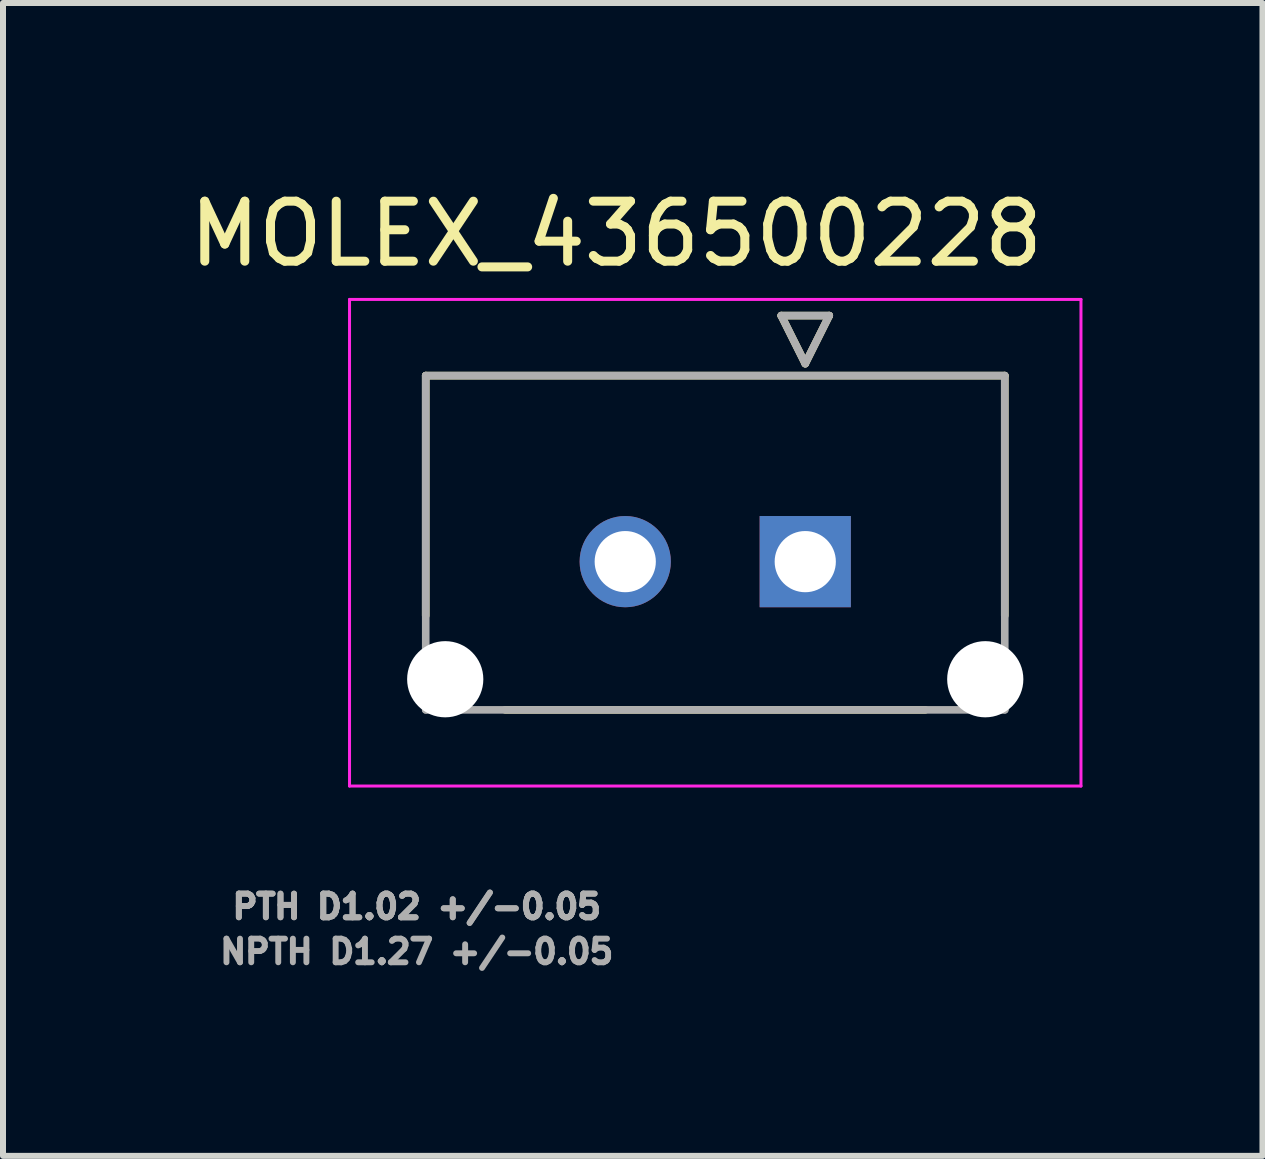
<source format=kicad_pcb>
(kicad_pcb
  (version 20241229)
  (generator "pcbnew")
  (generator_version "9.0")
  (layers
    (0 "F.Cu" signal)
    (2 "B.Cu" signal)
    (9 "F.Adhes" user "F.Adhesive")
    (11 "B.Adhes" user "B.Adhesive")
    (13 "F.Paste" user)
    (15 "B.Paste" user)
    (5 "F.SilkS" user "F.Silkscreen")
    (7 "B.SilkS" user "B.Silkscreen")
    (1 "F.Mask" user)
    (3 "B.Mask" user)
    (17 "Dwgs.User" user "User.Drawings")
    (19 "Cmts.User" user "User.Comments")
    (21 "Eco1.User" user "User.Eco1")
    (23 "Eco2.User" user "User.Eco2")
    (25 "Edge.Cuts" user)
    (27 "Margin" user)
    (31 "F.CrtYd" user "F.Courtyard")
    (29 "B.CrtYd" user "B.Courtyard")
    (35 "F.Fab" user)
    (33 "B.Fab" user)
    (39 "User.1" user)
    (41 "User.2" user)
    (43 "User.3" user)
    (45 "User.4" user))
  (footprint "MOLEX_436500228"
    (layer "F.Cu")
    (at 10.37 6.31)
    (property "Reference" "MOLEX_436500228" (at -3.15 -5.462 0) (layer "F.SilkS") (effects (font (size 1 1) (thickness 0.15))))
    (attr through_hole)
    (fp_circle (center -6 1.96) (end -5.644 1.96) (stroke (width 0.711) (type solid)) (fill no) (layer "F.Mask"))
    (fp_circle (center -3 0) (end -2.582 0) (stroke (width 0.836) (type solid)) (fill no) (layer "F.Mask"))
    (fp_circle (center 3 1.96) (end 3.356 1.96) (stroke (width 0.711) (type solid)) (fill no) (layer "F.Mask"))
    (fp_poly (pts (xy -0.836 -0.836) (xy 0.836 -0.836) (xy 0.836 0.836) (xy -0.836 0.836)) (stroke (width 0.01) (type solid)) (fill yes) (layer "F.Mask"))
    (fp_circle (center -6 1.96) (end -5.644 1.96) (stroke (width 0.711) (type solid)) (fill no) (layer "B.Mask"))
    (fp_circle (center -3 0) (end -2.582 0) (stroke (width 0.836) (type solid)) (fill no) (layer "B.Mask"))
    (fp_circle (center 3 1.96) (end 3.356 1.96) (stroke (width 0.711) (type solid)) (fill no) (layer "B.Mask"))
    (fp_poly (pts (xy -0.836 -0.836) (xy 0.836 -0.836) (xy 0.836 0.836) (xy -0.836 0.836)) (stroke (width 0.01) (type solid)) (fill yes) (layer "B.Mask"))
    (fp_line (start -6.325 -3.1) (end -6.325 0.9) (stroke (width 0.127) (type solid)) (layer "F.SilkS"))
    (fp_line (start -6.325 -3.1) (end 3.325 -3.1) (stroke (width 0.127) (type solid)) (layer "F.SilkS"))
    (fp_line (start -0.4 -4.1) (end 0.4 -4.1) (stroke (width 0.127) (type solid)) (layer "F.SilkS"))
    (fp_line (start 0 -3.3) (end -0.4 -4.1) (stroke (width 0.127) (type solid)) (layer "F.SilkS"))
    (fp_line (start 0.4 -4.1) (end 0 -3.3) (stroke (width 0.127) (type solid)) (layer "F.SilkS"))
    (fp_line (start 2 2.47) (end -5 2.47) (stroke (width 0.127) (type solid)) (layer "F.SilkS"))
    (fp_line (start 3.325 -3.1) (end 3.325 0.9) (stroke (width 0.127) (type solid)) (layer "F.SilkS"))
    (fp_line (start -7.595 -4.37) (end 4.595 -4.37) (stroke (width 0.05) (type solid)) (layer "F.CrtYd"))
    (fp_line (start -7.595 3.74) (end -7.595 -4.37) (stroke (width 0.05) (type solid)) (layer "F.CrtYd"))
    (fp_line (start 4.595 3.74) (end -7.595 3.74) (stroke (width 0.05) (type solid)) (layer "F.CrtYd"))
    (fp_line (start 4.595 3.74) (end 4.595 -4.37) (stroke (width 0.05) (type solid)) (layer "F.CrtYd"))
    (fp_line (start -6.325 -3.1) (end 3.325 -3.1) (stroke (width 0.127) (type solid)) (layer "F.Fab"))
    (fp_line (start -6.325 2.47) (end -6.325 -3.1) (stroke (width 0.127) (type solid)) (layer "F.Fab"))
    (fp_line (start -0.4 -4.1) (end 0.4 -4.1) (stroke (width 0.127) (type solid)) (layer "F.Fab"))
    (fp_line (start 0 -3.3) (end -0.4 -4.1) (stroke (width 0.127) (type solid)) (layer "F.Fab"))
    (fp_line (start 0.4 -4.1) (end 0 -3.3) (stroke (width 0.127) (type solid)) (layer "F.Fab"))
    (fp_line (start 3.325 2.47) (end -6.325 2.47) (stroke (width 0.127) (type solid)) (layer "F.Fab"))
    (fp_line (start 3.325 2.47) (end 3.325 -3.1) (stroke (width 0.127) (type solid)) (layer "F.Fab"))
    (fp_text user "PTH D1.02 +/-0.05 " (at -6.325 5.75 0) (layer "F.Fab") (effects (font (size 0.394 0.394) (thickness 0.15))))
    (fp_text user "NPTH D1.27 +/-0.05 " (at -6.325 6.5 0) (layer "F.Fab") (effects (font (size 0.394 0.394) (thickness 0.15))))
    (fp_text user "PTH D1.02 +/-0.05 " (at -6.325 5.75 0) (layer "F.Fab") (effects (font (size 0.394 0.394) (thickness 0.15))))
    (pad "" np_thru_hole circle (at -6 1.96) (size 1.27 1.27) (drill 1.27) (layers "*.Cu" "*.Mask"))
    (pad "" np_thru_hole circle (at 3 1.96) (size 1.27 1.27) (drill 1.27) (layers "*.Cu" "*.Mask"))
    (pad "1" thru_hole rect (at 0 0) (size 1.52 1.52) (drill 1.02) (layers "*.Cu"))
    (pad "2" thru_hole circle (at -3 0) (size 1.52 1.52) (drill 1.02) (layers "*.Cu")))
  (gr_rect
    (start -3 -3)
    (end 17.99 16.213)
    (stroke (width 0.1) (type default))
    (fill no)
    (layer "Edge.Cuts")))
</source>
